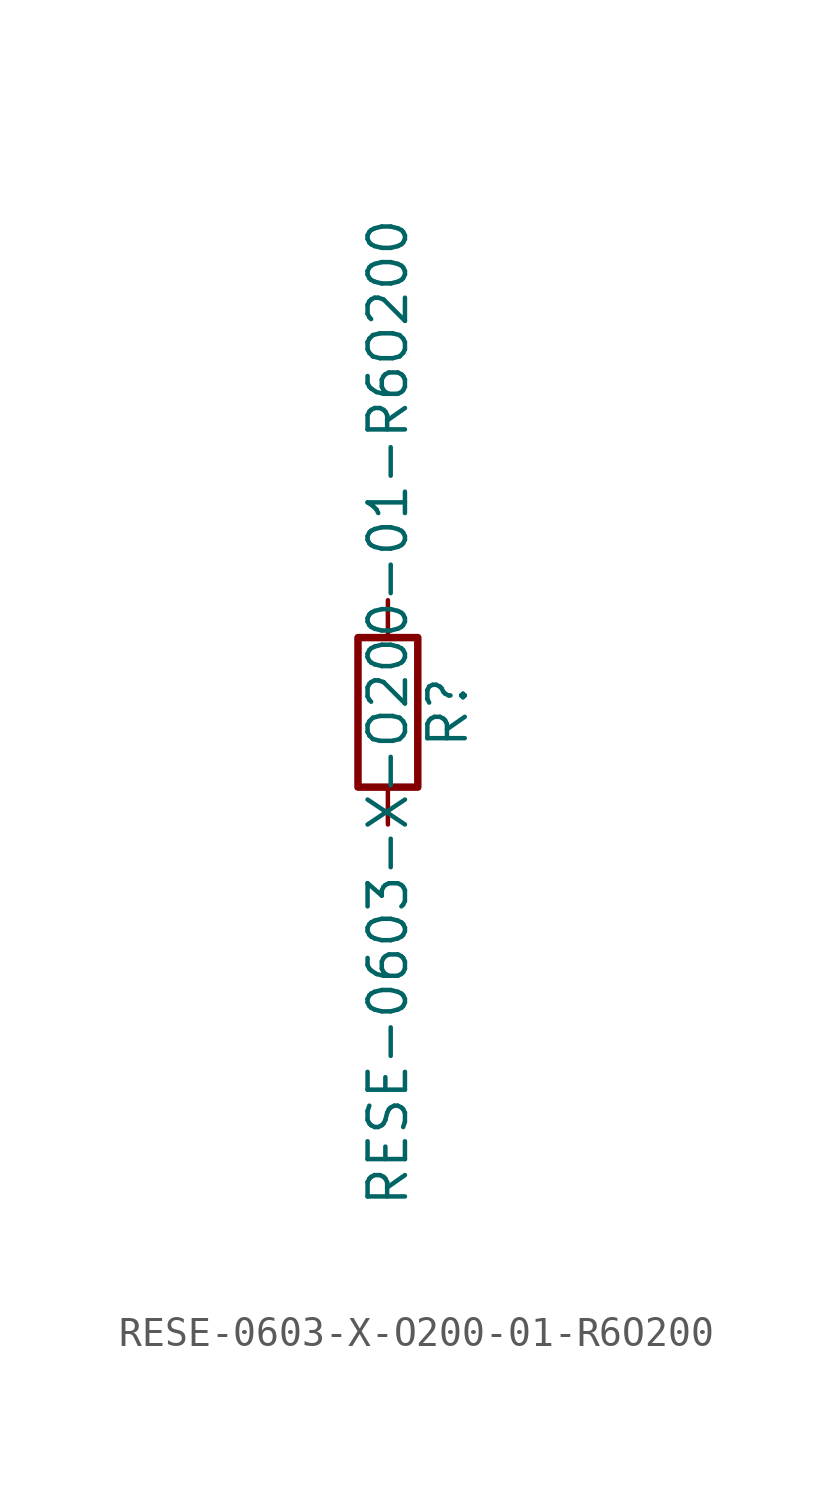
<source format=kicad_sym>
(kicad_symbol_lib
  (version 20211014)
  (generator kicad_symbol_editor)
  (symbol "RESE-0603-X-O200-01-R6O200"
    (pin_numbers hide)
    (pin_names
      (offset 0))
    (property "Reference" "R"
      (at 2.032 0 90)
      (effects (font (size 1.27 1.27))))
    (property "Value" "RESE-0603-X-O200-01-R6O200"
      (at 0 0 90)
      (effects (font (size 1.27 1.27))))
    (symbol "RESE-0603-X-O200-01-R6O200_0_1"
      (rectangle (start -1.016 -2.54) (end 1.016 2.54) (stroke (width 0.254) (type default) (color 0 0 0 0)) (fill (type none))))
    (symbol "RESE-0603-X-O200-01-R6O200_1_1"
      (pin passive line (at 0 3.81 270) (length 1.27) (name "~" (effects (font (size 1.27 1.27)))) (number "1" (effects (font (size 1.27 1.27)))))
      (pin passive line (at 0 -3.81 90) (length 1.27) (name "~" (effects (font (size 1.27 1.27)))) (number "2" (effects (font (size 1.27 1.27))))))))
</source>
